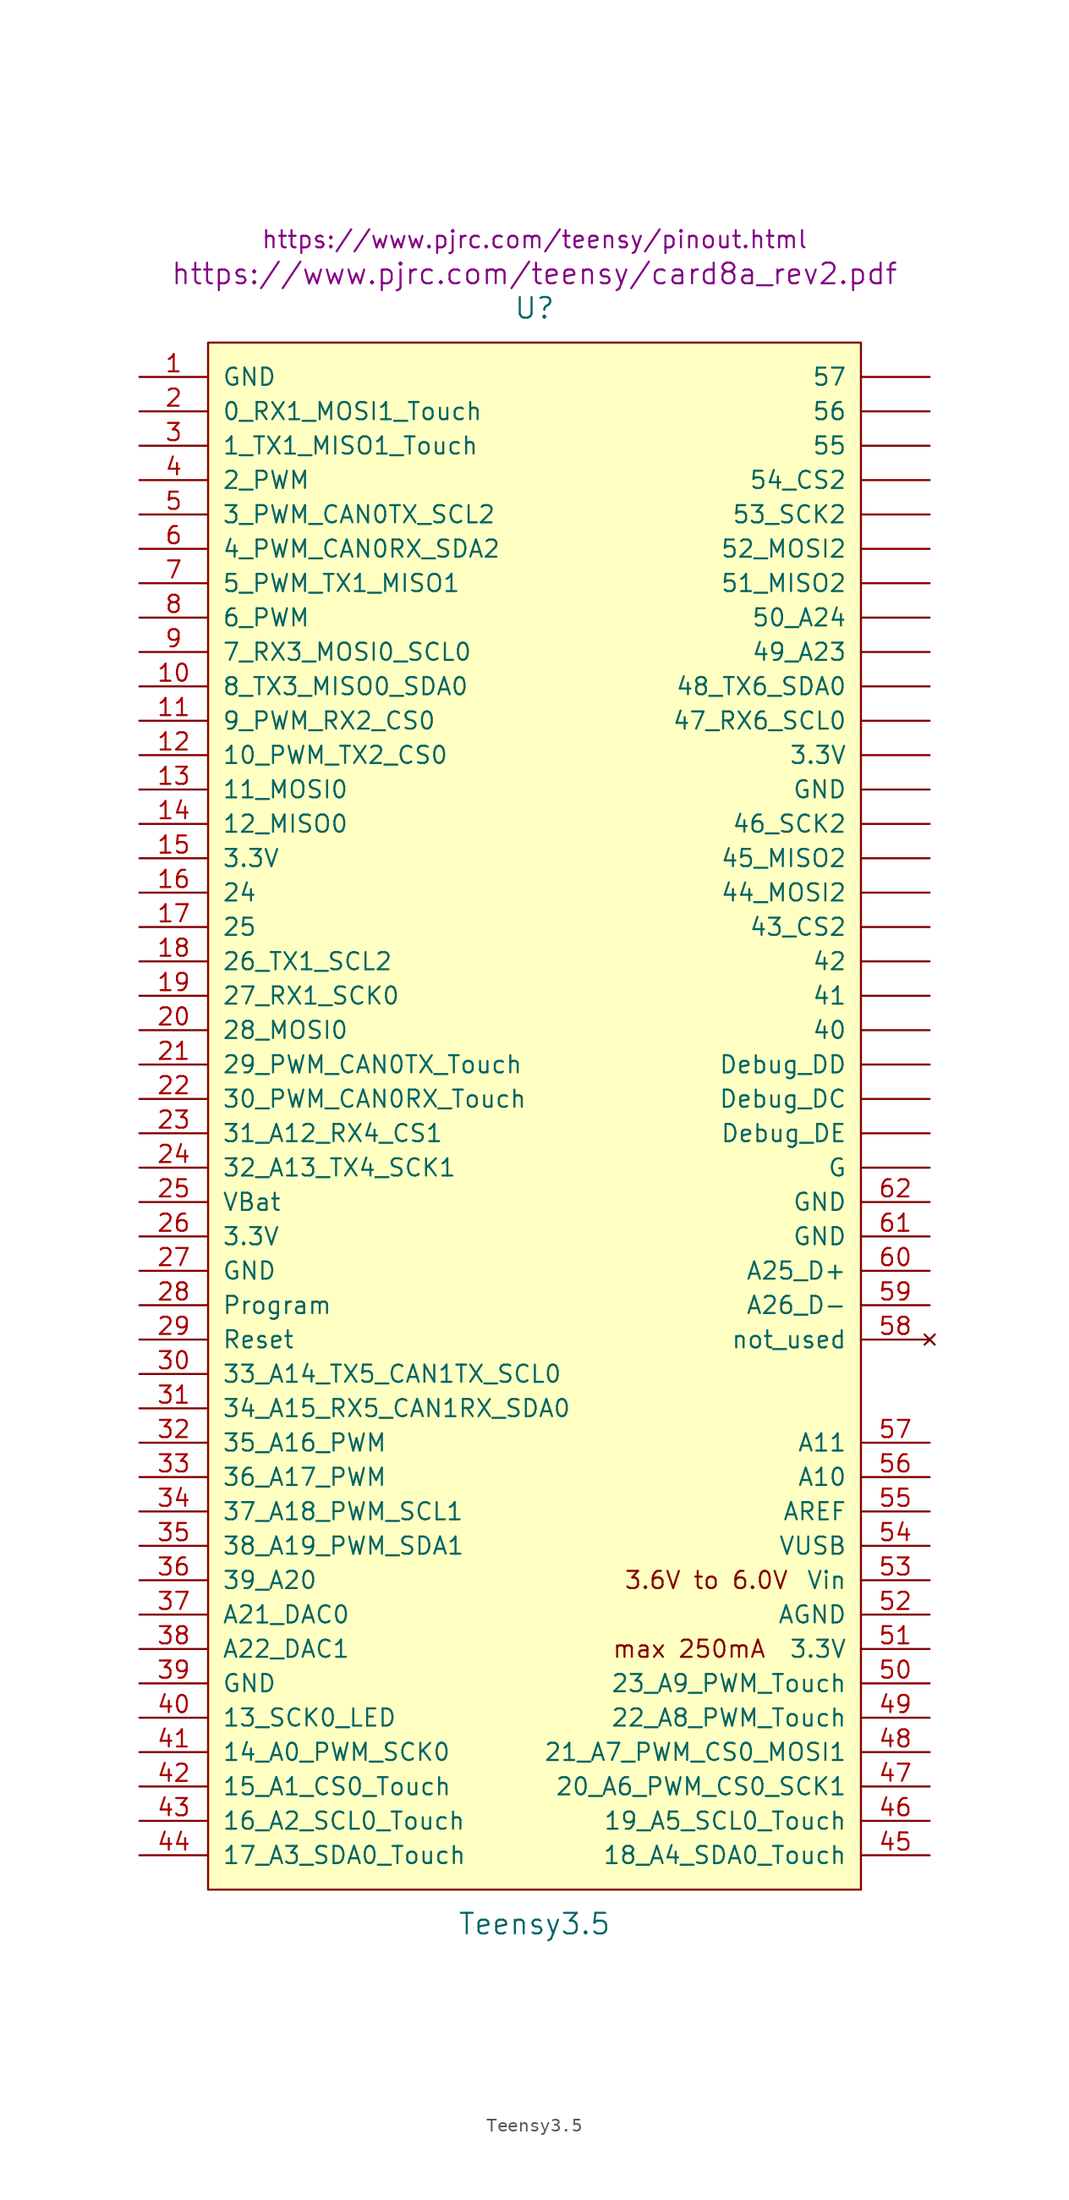
<source format=kicad_sym>
(kicad_symbol_lib
  (version 20211014)
  (generator kicad_symbol_editor)
  (symbol "Teensy3.5"
    (pin_names
      (offset 1.016))
    (property "Reference" "U"
      (at 0 59.69 0)
      (effects (font (size 1.524 1.524))))
    (property "Value" "Teensy3.5"
      (at 0 -59.69 0)
      (effects (font (size 1.524 1.524))))
    (property "Footprint" ""
      (at -2.54 57.15 0)
      (effects (font (size 1.524 1.524))))
    (property "Datasheet" "https://www.pjrc.com/teensy/card8a_rev2.pdf"
      (at 0 62.23 0)
      (effects (font (size 1.524 1.524))))
    (property "Pinouts" "https://www.pjrc.com/teensy/pinout.html"
      (at 0 64.77 0)
      (effects (font (size 1.27 1.27))))
    (symbol "Teensy3.5_0_0"
      (text "3.6V to 6.0V" (at 12.7 -34.29 0) (effects (font (size 1.27 1.27))))
      (text "max 250mA" (at 11.43 -39.37 0) (effects (font (size 1.27 1.27)))))
    (symbol "Teensy3.5_0_1"
      (rectangle (start -24.13 57.15) (end 24.13 -57.15) (stroke (width 0) (type default) (color 0 0 0 0)) (fill (type background))))
    (symbol "Teensy3.5_1_1"
      (pin power_in line (at -29.21 54.61 0) (length 5.08) (name "GND" (effects (font (size 1.27 1.27)))) (number "1" (effects (font (size 1.27 1.27)))))
      (pin bidirectional line (at -29.21 31.75 0) (length 5.08) (name "8_TX3_MISO0_SDA0" (effects (font (size 1.27 1.27)))) (number "10" (effects (font (size 1.27 1.27)))))
      (pin bidirectional line (at -29.21 29.21 0) (length 5.08) (name "9_PWM_RX2_CS0" (effects (font (size 1.27 1.27)))) (number "11" (effects (font (size 1.27 1.27)))))
      (pin bidirectional line (at -29.21 26.67 0) (length 5.08) (name "10_PWM_TX2_CS0" (effects (font (size 1.27 1.27)))) (number "12" (effects (font (size 1.27 1.27)))))
      (pin bidirectional line (at -29.21 24.13 0) (length 5.08) (name "11_MOSI0" (effects (font (size 1.27 1.27)))) (number "13" (effects (font (size 1.27 1.27)))))
      (pin bidirectional line (at -29.21 21.59 0) (length 5.08) (name "12_MISO0" (effects (font (size 1.27 1.27)))) (number "14" (effects (font (size 1.27 1.27)))))
      (pin power_out line (at -29.21 19.05 0) (length 5.08) (name "3.3V" (effects (font (size 1.27 1.27)))) (number "15" (effects (font (size 1.27 1.27)))))
      (pin bidirectional line (at -29.21 16.51 0) (length 5.08) (name "24" (effects (font (size 1.27 1.27)))) (number "16" (effects (font (size 1.27 1.27)))))
      (pin bidirectional line (at -29.21 13.97 0) (length 5.08) (name "25" (effects (font (size 1.27 1.27)))) (number "17" (effects (font (size 1.27 1.27)))))
      (pin bidirectional line (at -29.21 11.43 0) (length 5.08) (name "26_TX1_SCL2" (effects (font (size 1.27 1.27)))) (number "18" (effects (font (size 1.27 1.27)))))
      (pin bidirectional line (at -29.21 8.89 0) (length 5.08) (name "27_RX1_SCK0" (effects (font (size 1.27 1.27)))) (number "19" (effects (font (size 1.27 1.27)))))
      (pin bidirectional line (at -29.21 52.07 0) (length 5.08) (name "0_RX1_MOSI1_Touch" (effects (font (size 1.27 1.27)))) (number "2" (effects (font (size 1.27 1.27)))))
      (pin bidirectional line (at -29.21 6.35 0) (length 5.08) (name "28_MOSI0" (effects (font (size 1.27 1.27)))) (number "20" (effects (font (size 1.27 1.27)))))
      (pin bidirectional line (at -29.21 3.81 0) (length 5.08) (name "29_PWM_CAN0TX_Touch" (effects (font (size 1.27 1.27)))) (number "21" (effects (font (size 1.27 1.27)))))
      (pin bidirectional line (at -29.21 1.27 0) (length 5.08) (name "30_PWM_CAN0RX_Touch" (effects (font (size 1.27 1.27)))) (number "22" (effects (font (size 1.27 1.27)))))
      (pin bidirectional line (at -29.21 -1.27 0) (length 5.08) (name "31_A12_RX4_CS1" (effects (font (size 1.27 1.27)))) (number "23" (effects (font (size 1.27 1.27)))))
      (pin bidirectional line (at -29.21 -3.81 0) (length 5.08) (name "32_A13_TX4_SCK1" (effects (font (size 1.27 1.27)))) (number "24" (effects (font (size 1.27 1.27)))))
      (pin power_in line (at -29.21 -6.35 0) (length 5.08) (name "VBat" (effects (font (size 1.27 1.27)))) (number "25" (effects (font (size 1.27 1.27)))))
      (pin power_in line (at -29.21 -8.89 0) (length 5.08) (name "3.3V" (effects (font (size 1.27 1.27)))) (number "26" (effects (font (size 1.27 1.27)))))
      (pin power_in line (at -29.21 -11.43 0) (length 5.08) (name "GND" (effects (font (size 1.27 1.27)))) (number "27" (effects (font (size 1.27 1.27)))))
      (pin input line (at -29.21 -13.97 0) (length 5.08) (name "Program" (effects (font (size 1.27 1.27)))) (number "28" (effects (font (size 1.27 1.27)))))
      (pin input line (at -29.21 -16.51 0) (length 5.08) (name "Reset" (effects (font (size 1.27 1.27)))) (number "29" (effects (font (size 1.27 1.27)))))
      (pin bidirectional line (at -29.21 49.53 0) (length 5.08) (name "1_TX1_MISO1_Touch" (effects (font (size 1.27 1.27)))) (number "3" (effects (font (size 1.27 1.27)))))
      (pin bidirectional line (at -29.21 -19.05 0) (length 5.08) (name "33_A14_TX5_CAN1TX_SCL0" (effects (font (size 1.27 1.27)))) (number "30" (effects (font (size 1.27 1.27)))))
      (pin bidirectional line (at -29.21 -21.59 0) (length 5.08) (name "34_A15_RX5_CAN1RX_SDA0" (effects (font (size 1.27 1.27)))) (number "31" (effects (font (size 1.27 1.27)))))
      (pin bidirectional line (at -29.21 -24.13 0) (length 5.08) (name "35_A16_PWM" (effects (font (size 1.27 1.27)))) (number "32" (effects (font (size 1.27 1.27)))))
      (pin bidirectional line (at -29.21 -26.67 0) (length 5.08) (name "36_A17_PWM" (effects (font (size 1.27 1.27)))) (number "33" (effects (font (size 1.27 1.27)))))
      (pin bidirectional line (at -29.21 -29.21 0) (length 5.08) (name "37_A18_PWM_SCL1" (effects (font (size 1.27 1.27)))) (number "34" (effects (font (size 1.27 1.27)))))
      (pin bidirectional line (at -29.21 -31.75 0) (length 5.08) (name "38_A19_PWM_SDA1" (effects (font (size 1.27 1.27)))) (number "35" (effects (font (size 1.27 1.27)))))
      (pin bidirectional line (at -29.21 -34.29 0) (length 5.08) (name "39_A20" (effects (font (size 1.27 1.27)))) (number "36" (effects (font (size 1.27 1.27)))))
      (pin bidirectional line (at -29.21 -36.83 0) (length 5.08) (name "A21_DAC0" (effects (font (size 1.27 1.27)))) (number "37" (effects (font (size 1.27 1.27)))))
      (pin bidirectional line (at -29.21 -39.37 0) (length 5.08) (name "A22_DAC1" (effects (font (size 1.27 1.27)))) (number "38" (effects (font (size 1.27 1.27)))))
      (pin power_in line (at -29.21 -41.91 0) (length 5.08) (name "GND" (effects (font (size 1.27 1.27)))) (number "39" (effects (font (size 1.27 1.27)))))
      (pin bidirectional line (at -29.21 46.99 0) (length 5.08) (name "2_PWM" (effects (font (size 1.27 1.27)))) (number "4" (effects (font (size 1.27 1.27)))))
      (pin bidirectional line (at -29.21 -44.45 0) (length 5.08) (name "13_SCK0_LED" (effects (font (size 1.27 1.27)))) (number "40" (effects (font (size 1.27 1.27)))))
      (pin bidirectional line (at -29.21 -46.99 0) (length 5.08) (name "14_A0_PWM_SCK0" (effects (font (size 1.27 1.27)))) (number "41" (effects (font (size 1.27 1.27)))))
      (pin bidirectional line (at -29.21 -49.53 0) (length 5.08) (name "15_A1_CS0_Touch" (effects (font (size 1.27 1.27)))) (number "42" (effects (font (size 1.27 1.27)))))
      (pin bidirectional line (at -29.21 -52.07 0) (length 5.08) (name "16_A2_SCL0_Touch" (effects (font (size 1.27 1.27)))) (number "43" (effects (font (size 1.27 1.27)))))
      (pin bidirectional line (at -29.21 -54.61 0) (length 5.08) (name "17_A3_SDA0_Touch" (effects (font (size 1.27 1.27)))) (number "44" (effects (font (size 1.27 1.27)))))
      (pin bidirectional line (at 29.21 -54.61 180) (length 5.08) (name "18_A4_SDA0_Touch" (effects (font (size 1.27 1.27)))) (number "45" (effects (font (size 1.27 1.27)))))
      (pin bidirectional line (at 29.21 -52.07 180) (length 5.08) (name "19_A5_SCL0_Touch" (effects (font (size 1.27 1.27)))) (number "46" (effects (font (size 1.27 1.27)))))
      (pin bidirectional line (at 29.21 -49.53 180) (length 5.08) (name "20_A6_PWM_CS0_SCK1" (effects (font (size 1.27 1.27)))) (number "47" (effects (font (size 1.27 1.27)))))
      (pin bidirectional line (at 29.21 -46.99 180) (length 5.08) (name "21_A7_PWM_CS0_MOSI1" (effects (font (size 1.27 1.27)))) (number "48" (effects (font (size 1.27 1.27)))))
      (pin bidirectional line (at 29.21 -44.45 180) (length 5.08) (name "22_A8_PWM_Touch" (effects (font (size 1.27 1.27)))) (number "49" (effects (font (size 1.27 1.27)))))
      (pin bidirectional line (at -29.21 44.45 0) (length 5.08) (name "3_PWM_CAN0TX_SCL2" (effects (font (size 1.27 1.27)))) (number "5" (effects (font (size 1.27 1.27)))))
      (pin bidirectional line (at 29.21 -41.91 180) (length 5.08) (name "23_A9_PWM_Touch" (effects (font (size 1.27 1.27)))) (number "50" (effects (font (size 1.27 1.27)))))
      (pin power_out line (at 29.21 -39.37 180) (length 5.08) (name "3.3V" (effects (font (size 1.27 1.27)))) (number "51" (effects (font (size 1.27 1.27)))))
      (pin power_out line (at 29.21 -36.83 180) (length 5.08) (name "AGND" (effects (font (size 1.27 1.27)))) (number "52" (effects (font (size 1.27 1.27)))))
      (pin power_in line (at 29.21 -34.29 180) (length 5.08) (name "Vin" (effects (font (size 1.27 1.27)))) (number "53" (effects (font (size 1.27 1.27)))))
      (pin power_in line (at 29.21 -31.75 180) (length 5.08) (name "VUSB" (effects (font (size 1.27 1.27)))) (number "54" (effects (font (size 1.27 1.27)))))
      (pin input line (at 29.21 -29.21 180) (length 5.08) (name "AREF" (effects (font (size 1.27 1.27)))) (number "55" (effects (font (size 1.27 1.27)))))
      (pin bidirectional line (at 29.21 -26.67 180) (length 5.08) (name "A10" (effects (font (size 1.27 1.27)))) (number "56" (effects (font (size 1.27 1.27)))))
      (pin bidirectional line (at 29.21 -24.13 180) (length 5.08) (name "A11" (effects (font (size 1.27 1.27)))) (number "57" (effects (font (size 1.27 1.27)))))
      (pin no_connect line (at 29.21 -16.51 180) (length 5.08) (name "not_used" (effects (font (size 1.27 1.27)))) (number "58" (effects (font (size 1.27 1.27)))))
      (pin bidirectional line (at 29.21 -13.97 180) (length 5.08) (name "A26_D-" (effects (font (size 1.27 1.27)))) (number "59" (effects (font (size 1.27 1.27)))))
      (pin bidirectional line (at -29.21 41.91 0) (length 5.08) (name "4_PWM_CAN0RX_SDA2" (effects (font (size 1.27 1.27)))) (number "6" (effects (font (size 1.27 1.27)))))
      (pin bidirectional line (at 29.21 -11.43 180) (length 5.08) (name "A25_D+" (effects (font (size 1.27 1.27)))) (number "60" (effects (font (size 1.27 1.27)))))
      (pin power_in line (at 29.21 -8.89 180) (length 5.08) (name "GND" (effects (font (size 1.27 1.27)))) (number "61" (effects (font (size 1.27 1.27)))))
      (pin power_in line (at 29.21 -6.35 180) (length 5.08) (name "GND" (effects (font (size 1.27 1.27)))) (number "62" (effects (font (size 1.27 1.27)))))
      (pin bidirectional line (at -29.21 39.37 0) (length 5.08) (name "5_PWM_TX1_MISO1" (effects (font (size 1.27 1.27)))) (number "7" (effects (font (size 1.27 1.27)))))
      (pin bidirectional line (at -29.21 36.83 0) (length 5.08) (name "6_PWM" (effects (font (size 1.27 1.27)))) (number "8" (effects (font (size 1.27 1.27)))))
      (pin bidirectional line (at -29.21 34.29 0) (length 5.08) (name "7_RX3_MOSI0_SCL0" (effects (font (size 1.27 1.27)))) (number "9" (effects (font (size 1.27 1.27)))))
      (pin power_in line (at 29.21 26.67 180) (length 5.08) (name "3.3V" (effects (font (size 1.27 1.27)))) (number "~" (effects (font (size 1.27 1.27)))))
      (pin bidirectional line (at 29.21 6.35 180) (length 5.08) (name "40" (effects (font (size 1.27 1.27)))) (number "~" (effects (font (size 1.27 1.27)))))
      (pin bidirectional line (at 29.21 8.89 180) (length 5.08) (name "41" (effects (font (size 1.27 1.27)))) (number "~" (effects (font (size 1.27 1.27)))))
      (pin bidirectional line (at 29.21 11.43 180) (length 5.08) (name "42" (effects (font (size 1.27 1.27)))) (number "~" (effects (font (size 1.27 1.27)))))
      (pin bidirectional line (at 29.21 13.97 180) (length 5.08) (name "43_CS2" (effects (font (size 1.27 1.27)))) (number "~" (effects (font (size 1.27 1.27)))))
      (pin bidirectional line (at 29.21 16.51 180) (length 5.08) (name "44_MOSI2" (effects (font (size 1.27 1.27)))) (number "~" (effects (font (size 1.27 1.27)))))
      (pin bidirectional line (at 29.21 19.05 180) (length 5.08) (name "45_MISO2" (effects (font (size 1.27 1.27)))) (number "~" (effects (font (size 1.27 1.27)))))
      (pin bidirectional line (at 29.21 21.59 180) (length 5.08) (name "46_SCK2" (effects (font (size 1.27 1.27)))) (number "~" (effects (font (size 1.27 1.27)))))
      (pin bidirectional line (at 29.21 29.21 180) (length 5.08) (name "47_RX6_SCL0" (effects (font (size 1.27 1.27)))) (number "~" (effects (font (size 1.27 1.27)))))
      (pin bidirectional line (at 29.21 31.75 180) (length 5.08) (name "48_TX6_SDA0" (effects (font (size 1.27 1.27)))) (number "~" (effects (font (size 1.27 1.27)))))
      (pin bidirectional line (at 29.21 34.29 180) (length 5.08) (name "49_A23" (effects (font (size 1.27 1.27)))) (number "~" (effects (font (size 1.27 1.27)))))
      (pin bidirectional line (at 29.21 36.83 180) (length 5.08) (name "50_A24" (effects (font (size 1.27 1.27)))) (number "~" (effects (font (size 1.27 1.27)))))
      (pin bidirectional line (at 29.21 39.37 180) (length 5.08) (name "51_MISO2" (effects (font (size 1.27 1.27)))) (number "~" (effects (font (size 1.27 1.27)))))
      (pin bidirectional line (at 29.21 41.91 180) (length 5.08) (name "52_MOSI2" (effects (font (size 1.27 1.27)))) (number "~" (effects (font (size 1.27 1.27)))))
      (pin bidirectional line (at 29.21 44.45 180) (length 5.08) (name "53_SCK2" (effects (font (size 1.27 1.27)))) (number "~" (effects (font (size 1.27 1.27)))))
      (pin bidirectional line (at 29.21 46.99 180) (length 5.08) (name "54_CS2" (effects (font (size 1.27 1.27)))) (number "~" (effects (font (size 1.27 1.27)))))
      (pin bidirectional line (at 29.21 49.53 180) (length 5.08) (name "55" (effects (font (size 1.27 1.27)))) (number "~" (effects (font (size 1.27 1.27)))))
      (pin bidirectional line (at 29.21 52.07 180) (length 5.08) (name "56" (effects (font (size 1.27 1.27)))) (number "~" (effects (font (size 1.27 1.27)))))
      (pin bidirectional line (at 29.21 54.61 180) (length 5.08) (name "57" (effects (font (size 1.27 1.27)))) (number "~" (effects (font (size 1.27 1.27)))))
      (pin input line (at 29.21 1.27 180) (length 5.08) (name "Debug_DC" (effects (font (size 1.27 1.27)))) (number "~" (effects (font (size 1.27 1.27)))))
      (pin input line (at 29.21 3.81 180) (length 5.08) (name "Debug_DD" (effects (font (size 1.27 1.27)))) (number "~" (effects (font (size 1.27 1.27)))))
      (pin input line (at 29.21 -1.27 180) (length 5.08) (name "Debug_DE" (effects (font (size 1.27 1.27)))) (number "~" (effects (font (size 1.27 1.27)))))
      (pin power_in line (at 29.21 -3.81 180) (length 5.08) (name "G" (effects (font (size 1.27 1.27)))) (number "~" (effects (font (size 1.27 1.27)))))
      (pin power_in line (at 29.21 24.13 180) (length 5.08) (name "GND" (effects (font (size 1.27 1.27)))) (number "~" (effects (font (size 1.27 1.27))))))))
</source>
